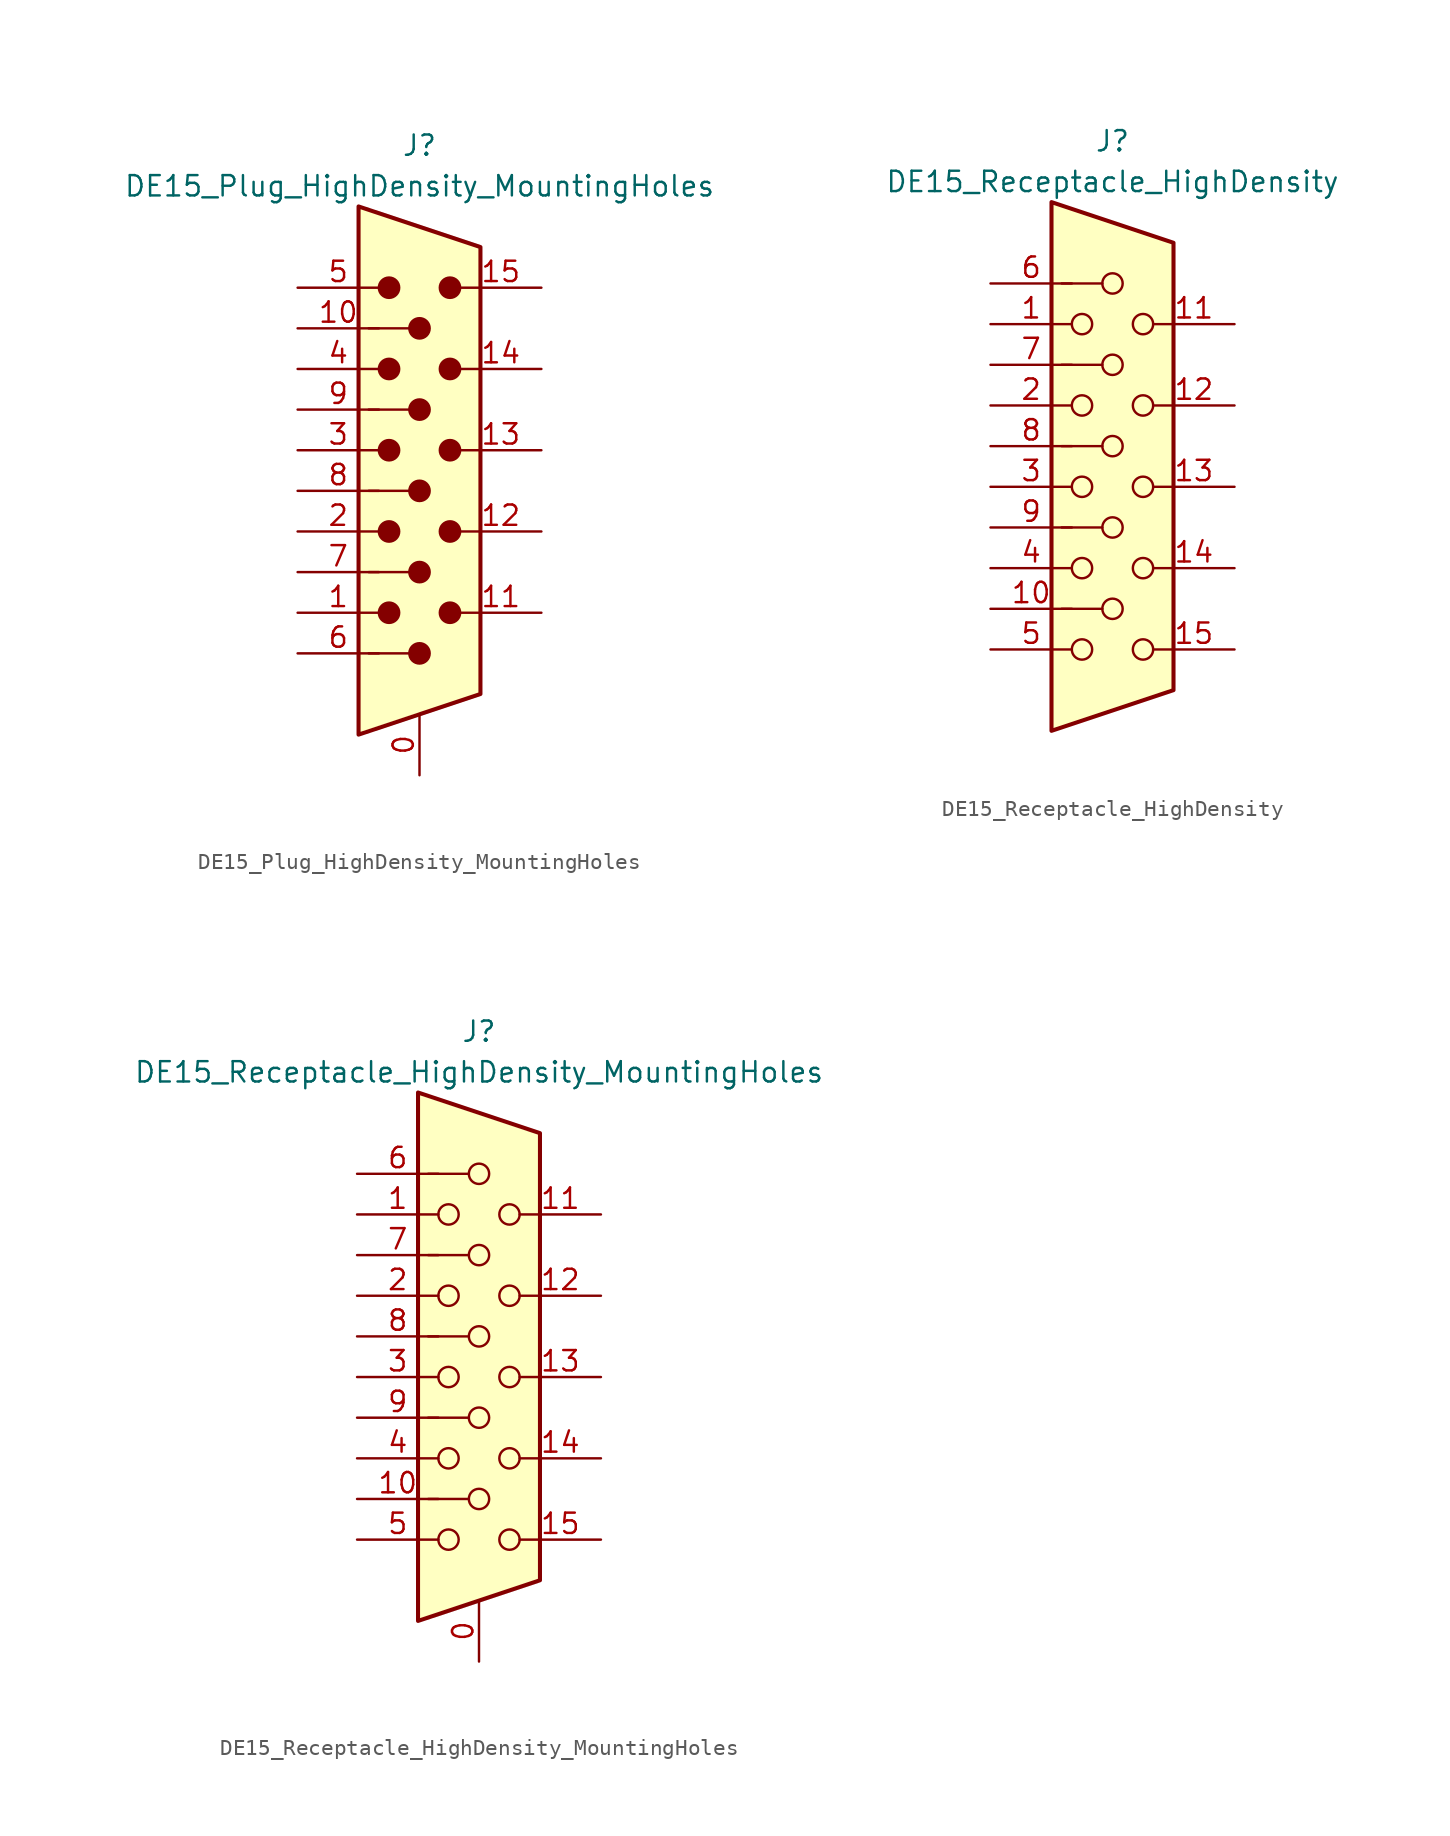
<source format=kicad_sym>
(kicad_symbol_lib
  (version 20241209)
  (generator "kicad_symbol_editor")
  (generator_version "9.0")
  (symbol "DE15_Plug_HighDensity_MountingHoles"
    (pin_names
      (offset 1.016)
      (hide yes))
    (property "Reference" "J"
      (at 0 21.59 0)
      (effects (font (size 1.27 1.27))))
    (property "Value" "DE15_Plug_HighDensity_MountingHoles"
      (at 0 19.05 0)
      (effects (font (size 1.27 1.27))))
    (symbol "DE15_Plug_HighDensity_MountingHoles_0_1"
      (polyline (pts (xy -3.81 17.78) (xy -3.81 -15.24) (xy 3.81 -12.7) (xy 3.81 15.24) (xy -3.81 17.78)) (stroke (width 0.254) (type default)) (fill (type background)))
      (polyline (pts (xy -3.175 -5.08) (xy -0.635 -5.08)) (stroke (width 0) (type default)) (fill (type none)))
      (circle (center -1.905 12.7) (radius 0.635) (stroke (width 0) (type default)) (fill (type outline)))
      (circle (center -1.905 7.62) (radius 0.635) (stroke (width 0) (type default)) (fill (type outline)))
      (circle (center -1.905 2.54) (radius 0.635) (stroke (width 0) (type default)) (fill (type outline)))
      (circle (center -1.905 -2.54) (radius 0.635) (stroke (width 0) (type default)) (fill (type outline)))
      (circle (center -1.905 -7.62) (radius 0.635) (stroke (width 0) (type default)) (fill (type outline)))
      (polyline (pts (xy -0.635 10.16) (xy -3.175 10.16)) (stroke (width 0) (type default)) (fill (type none)))
      (polyline (pts (xy -0.635 5.08) (xy -3.175 5.08)) (stroke (width 0) (type default)) (fill (type none)))
      (polyline (pts (xy -0.635 0) (xy -3.175 0)) (stroke (width 0) (type default)) (fill (type none)))
      (polyline (pts (xy -0.635 -10.16) (xy -3.175 -10.16)) (stroke (width 0) (type default)) (fill (type none)))
      (circle (center 0 10.16) (radius 0.635) (stroke (width 0) (type default)) (fill (type outline)))
      (circle (center 0 5.08) (radius 0.635) (stroke (width 0) (type default)) (fill (type outline)))
      (circle (center 0 0) (radius 0.635) (stroke (width 0) (type default)) (fill (type outline)))
      (circle (center 0 -5.08) (radius 0.635) (stroke (width 0) (type default)) (fill (type outline)))
      (circle (center 0 -10.16) (radius 0.635) (stroke (width 0) (type default)) (fill (type outline)))
      (circle (center 1.905 12.7) (radius 0.635) (stroke (width 0) (type default)) (fill (type outline)))
      (circle (center 1.905 7.62) (radius 0.635) (stroke (width 0) (type default)) (fill (type outline)))
      (circle (center 1.905 2.54) (radius 0.635) (stroke (width 0) (type default)) (fill (type outline)))
      (circle (center 1.905 -2.54) (radius 0.635) (stroke (width 0) (type default)) (fill (type outline)))
      (circle (center 1.905 -7.62) (radius 0.635) (stroke (width 0) (type default)) (fill (type outline))))
    (symbol "DE15_Plug_HighDensity_MountingHoles_1_1"
      (pin passive line (at -7.62 12.7 0) (length 5.08) (name "~" (effects (font (size 1.27 1.27)))) (number "5" (effects (font (size 1.27 1.27)))))
      (pin passive line (at -7.62 10.16 0) (length 5.08) (name "~" (effects (font (size 1.27 1.27)))) (number "10" (effects (font (size 1.27 1.27)))))
      (pin passive line (at -7.62 7.62 0) (length 5.08) (name "~" (effects (font (size 1.27 1.27)))) (number "4" (effects (font (size 1.27 1.27)))))
      (pin passive line (at -7.62 5.08 0) (length 5.08) (name "~" (effects (font (size 1.27 1.27)))) (number "9" (effects (font (size 1.27 1.27)))))
      (pin passive line (at -7.62 2.54 0) (length 5.08) (name "~" (effects (font (size 1.27 1.27)))) (number "3" (effects (font (size 1.27 1.27)))))
      (pin passive line (at -7.62 0 0) (length 5.08) (name "~" (effects (font (size 1.27 1.27)))) (number "8" (effects (font (size 1.27 1.27)))))
      (pin passive line (at -7.62 -2.54 0) (length 5.08) (name "~" (effects (font (size 1.27 1.27)))) (number "2" (effects (font (size 1.27 1.27)))))
      (pin passive line (at -7.62 -5.08 0) (length 5.08) (name "~" (effects (font (size 1.27 1.27)))) (number "7" (effects (font (size 1.27 1.27)))))
      (pin passive line (at -7.62 -7.62 0) (length 5.08) (name "~" (effects (font (size 1.27 1.27)))) (number "1" (effects (font (size 1.27 1.27)))))
      (pin passive line (at -7.62 -10.16 0) (length 5.08) (name "~" (effects (font (size 1.27 1.27)))) (number "6" (effects (font (size 1.27 1.27)))))
      (pin passive line (at 0 -17.78 90) (length 3.81) (name "~" (effects (font (size 1.27 1.27)))) (number "0" (effects (font (size 1.27 1.27)))))
      (pin passive line (at 7.62 12.7 180) (length 5.08) (name "~" (effects (font (size 1.27 1.27)))) (number "15" (effects (font (size 1.27 1.27)))))
      (pin passive line (at 7.62 7.62 180) (length 5.08) (name "~" (effects (font (size 1.27 1.27)))) (number "14" (effects (font (size 1.27 1.27)))))
      (pin passive line (at 7.62 2.54 180) (length 5.08) (name "~" (effects (font (size 1.27 1.27)))) (number "13" (effects (font (size 1.27 1.27)))))
      (pin passive line (at 7.62 -2.54 180) (length 5.08) (name "~" (effects (font (size 1.27 1.27)))) (number "12" (effects (font (size 1.27 1.27)))))
      (pin passive line (at 7.62 -7.62 180) (length 5.08) (name "~" (effects (font (size 1.27 1.27)))) (number "11" (effects (font (size 1.27 1.27)))))))
  (symbol "DE15_Receptacle_HighDensity"
    (pin_names
      (offset 1.016)
      (hide yes))
    (property "Reference" "J"
      (at 0 21.59 0)
      (effects (font (size 1.27 1.27))))
    (property "Value" "DE15_Receptacle_HighDensity"
      (at 0 19.05 0)
      (effects (font (size 1.27 1.27))))
    (symbol "DE15_Receptacle_HighDensity_0_1"
      (polyline (pts (xy -3.81 17.78) (xy -3.81 -15.24) (xy 3.81 -12.7) (xy 3.81 15.24) (xy -3.81 17.78)) (stroke (width 0.254) (type default)) (fill (type background)))
      (polyline (pts (xy -3.175 7.62) (xy -0.635 7.62)) (stroke (width 0) (type default)) (fill (type none)))
      (circle (center -1.905 10.16) (radius 0.635) (stroke (width 0) (type default)) (fill (type none)))
      (circle (center -1.905 5.08) (radius 0.635) (stroke (width 0) (type default)) (fill (type none)))
      (circle (center -1.905 0) (radius 0.635) (stroke (width 0) (type default)) (fill (type none)))
      (circle (center -1.905 -5.08) (radius 0.635) (stroke (width 0) (type default)) (fill (type none)))
      (circle (center -1.905 -10.16) (radius 0.635) (stroke (width 0) (type default)) (fill (type none)))
      (polyline (pts (xy -0.635 12.7) (xy -3.175 12.7)) (stroke (width 0) (type default)) (fill (type none)))
      (polyline (pts (xy -0.635 2.54) (xy -3.175 2.54)) (stroke (width 0) (type default)) (fill (type none)))
      (polyline (pts (xy -0.635 -2.54) (xy -3.175 -2.54)) (stroke (width 0) (type default)) (fill (type none)))
      (polyline (pts (xy -0.635 -7.62) (xy -3.175 -7.62)) (stroke (width 0) (type default)) (fill (type none)))
      (circle (center 0 12.7) (radius 0.635) (stroke (width 0) (type default)) (fill (type none)))
      (circle (center 0 7.62) (radius 0.635) (stroke (width 0) (type default)) (fill (type none)))
      (circle (center 0 2.54) (radius 0.635) (stroke (width 0) (type default)) (fill (type none)))
      (circle (center 0 -2.54) (radius 0.635) (stroke (width 0) (type default)) (fill (type none)))
      (circle (center 0 -7.62) (radius 0.635) (stroke (width 0) (type default)) (fill (type none)))
      (circle (center 1.905 10.16) (radius 0.635) (stroke (width 0) (type default)) (fill (type none)))
      (circle (center 1.905 5.08) (radius 0.635) (stroke (width 0) (type default)) (fill (type none)))
      (circle (center 1.905 0) (radius 0.635) (stroke (width 0) (type default)) (fill (type none)))
      (circle (center 1.905 -5.08) (radius 0.635) (stroke (width 0) (type default)) (fill (type none)))
      (circle (center 1.905 -10.16) (radius 0.635) (stroke (width 0) (type default)) (fill (type none))))
    (symbol "DE15_Receptacle_HighDensity_1_1"
      (pin passive line (at -7.62 12.7 0) (length 5.08) (name "~" (effects (font (size 1.27 1.27)))) (number "6" (effects (font (size 1.27 1.27)))))
      (pin passive line (at -7.62 10.16 0) (length 5.08) (name "~" (effects (font (size 1.27 1.27)))) (number "1" (effects (font (size 1.27 1.27)))))
      (pin passive line (at -7.62 7.62 0) (length 5.08) (name "~" (effects (font (size 1.27 1.27)))) (number "7" (effects (font (size 1.27 1.27)))))
      (pin passive line (at -7.62 5.08 0) (length 5.08) (name "~" (effects (font (size 1.27 1.27)))) (number "2" (effects (font (size 1.27 1.27)))))
      (pin passive line (at -7.62 2.54 0) (length 5.08) (name "~" (effects (font (size 1.27 1.27)))) (number "8" (effects (font (size 1.27 1.27)))))
      (pin passive line (at -7.62 0 0) (length 5.08) (name "~" (effects (font (size 1.27 1.27)))) (number "3" (effects (font (size 1.27 1.27)))))
      (pin passive line (at -7.62 -2.54 0) (length 5.08) (name "~" (effects (font (size 1.27 1.27)))) (number "9" (effects (font (size 1.27 1.27)))))
      (pin passive line (at -7.62 -5.08 0) (length 5.08) (name "~" (effects (font (size 1.27 1.27)))) (number "4" (effects (font (size 1.27 1.27)))))
      (pin passive line (at -7.62 -7.62 0) (length 5.08) (name "~" (effects (font (size 1.27 1.27)))) (number "10" (effects (font (size 1.27 1.27)))))
      (pin passive line (at -7.62 -10.16 0) (length 5.08) (name "~" (effects (font (size 1.27 1.27)))) (number "5" (effects (font (size 1.27 1.27)))))
      (pin passive line (at 7.62 10.16 180) (length 5.08) (name "~" (effects (font (size 1.27 1.27)))) (number "11" (effects (font (size 1.27 1.27)))))
      (pin passive line (at 7.62 5.08 180) (length 5.08) (name "~" (effects (font (size 1.27 1.27)))) (number "12" (effects (font (size 1.27 1.27)))))
      (pin passive line (at 7.62 0 180) (length 5.08) (name "~" (effects (font (size 1.27 1.27)))) (number "13" (effects (font (size 1.27 1.27)))))
      (pin passive line (at 7.62 -5.08 180) (length 5.08) (name "~" (effects (font (size 1.27 1.27)))) (number "14" (effects (font (size 1.27 1.27)))))
      (pin passive line (at 7.62 -10.16 180) (length 5.08) (name "~" (effects (font (size 1.27 1.27)))) (number "15" (effects (font (size 1.27 1.27)))))))
  (symbol "DE15_Receptacle_HighDensity_MountingHoles"
    (pin_names
      (offset 1.016)
      (hide yes))
    (property "Reference" "J"
      (at 0 21.59 0)
      (effects (font (size 1.27 1.27))))
    (property "Value" "DE15_Receptacle_HighDensity_MountingHoles"
      (at 0 19.05 0)
      (effects (font (size 1.27 1.27))))
    (symbol "DE15_Receptacle_HighDensity_MountingHoles_0_1"
      (polyline (pts (xy -3.81 17.78) (xy -3.81 -15.24) (xy 3.81 -12.7) (xy 3.81 15.24) (xy -3.81 17.78)) (stroke (width 0.254) (type default)) (fill (type background)))
      (polyline (pts (xy -3.175 7.62) (xy -0.635 7.62)) (stroke (width 0) (type default)) (fill (type none)))
      (circle (center -1.905 10.16) (radius 0.635) (stroke (width 0) (type default)) (fill (type none)))
      (circle (center -1.905 5.08) (radius 0.635) (stroke (width 0) (type default)) (fill (type none)))
      (circle (center -1.905 0) (radius 0.635) (stroke (width 0) (type default)) (fill (type none)))
      (circle (center -1.905 -5.08) (radius 0.635) (stroke (width 0) (type default)) (fill (type none)))
      (circle (center -1.905 -10.16) (radius 0.635) (stroke (width 0) (type default)) (fill (type none)))
      (polyline (pts (xy -0.635 12.7) (xy -3.175 12.7)) (stroke (width 0) (type default)) (fill (type none)))
      (polyline (pts (xy -0.635 2.54) (xy -3.175 2.54)) (stroke (width 0) (type default)) (fill (type none)))
      (polyline (pts (xy -0.635 -2.54) (xy -3.175 -2.54)) (stroke (width 0) (type default)) (fill (type none)))
      (polyline (pts (xy -0.635 -7.62) (xy -3.175 -7.62)) (stroke (width 0) (type default)) (fill (type none)))
      (circle (center 0 12.7) (radius 0.635) (stroke (width 0) (type default)) (fill (type none)))
      (circle (center 0 7.62) (radius 0.635) (stroke (width 0) (type default)) (fill (type none)))
      (circle (center 0 2.54) (radius 0.635) (stroke (width 0) (type default)) (fill (type none)))
      (circle (center 0 -2.54) (radius 0.635) (stroke (width 0) (type default)) (fill (type none)))
      (circle (center 0 -7.62) (radius 0.635) (stroke (width 0) (type default)) (fill (type none)))
      (circle (center 1.905 10.16) (radius 0.635) (stroke (width 0) (type default)) (fill (type none)))
      (circle (center 1.905 5.08) (radius 0.635) (stroke (width 0) (type default)) (fill (type none)))
      (circle (center 1.905 0) (radius 0.635) (stroke (width 0) (type default)) (fill (type none)))
      (circle (center 1.905 -5.08) (radius 0.635) (stroke (width 0) (type default)) (fill (type none)))
      (circle (center 1.905 -10.16) (radius 0.635) (stroke (width 0) (type default)) (fill (type none))))
    (symbol "DE15_Receptacle_HighDensity_MountingHoles_1_1"
      (pin passive line (at -7.62 12.7 0) (length 5.08) (name "~" (effects (font (size 1.27 1.27)))) (number "6" (effects (font (size 1.27 1.27)))))
      (pin passive line (at -7.62 10.16 0) (length 5.08) (name "~" (effects (font (size 1.27 1.27)))) (number "1" (effects (font (size 1.27 1.27)))))
      (pin passive line (at -7.62 7.62 0) (length 5.08) (name "~" (effects (font (size 1.27 1.27)))) (number "7" (effects (font (size 1.27 1.27)))))
      (pin passive line (at -7.62 5.08 0) (length 5.08) (name "~" (effects (font (size 1.27 1.27)))) (number "2" (effects (font (size 1.27 1.27)))))
      (pin passive line (at -7.62 2.54 0) (length 5.08) (name "~" (effects (font (size 1.27 1.27)))) (number "8" (effects (font (size 1.27 1.27)))))
      (pin passive line (at -7.62 0 0) (length 5.08) (name "~" (effects (font (size 1.27 1.27)))) (number "3" (effects (font (size 1.27 1.27)))))
      (pin passive line (at -7.62 -2.54 0) (length 5.08) (name "~" (effects (font (size 1.27 1.27)))) (number "9" (effects (font (size 1.27 1.27)))))
      (pin passive line (at -7.62 -5.08 0) (length 5.08) (name "~" (effects (font (size 1.27 1.27)))) (number "4" (effects (font (size 1.27 1.27)))))
      (pin passive line (at -7.62 -7.62 0) (length 5.08) (name "~" (effects (font (size 1.27 1.27)))) (number "10" (effects (font (size 1.27 1.27)))))
      (pin passive line (at -7.62 -10.16 0) (length 5.08) (name "~" (effects (font (size 1.27 1.27)))) (number "5" (effects (font (size 1.27 1.27)))))
      (pin passive line (at 0 -17.78 90) (length 3.81) (name "~" (effects (font (size 1.27 1.27)))) (number "0" (effects (font (size 1.27 1.27)))))
      (pin passive line (at 7.62 10.16 180) (length 5.08) (name "~" (effects (font (size 1.27 1.27)))) (number "11" (effects (font (size 1.27 1.27)))))
      (pin passive line (at 7.62 5.08 180) (length 5.08) (name "~" (effects (font (size 1.27 1.27)))) (number "12" (effects (font (size 1.27 1.27)))))
      (pin passive line (at 7.62 0 180) (length 5.08) (name "~" (effects (font (size 1.27 1.27)))) (number "13" (effects (font (size 1.27 1.27)))))
      (pin passive line (at 7.62 -5.08 180) (length 5.08) (name "~" (effects (font (size 1.27 1.27)))) (number "14" (effects (font (size 1.27 1.27)))))
      (pin passive line (at 7.62 -10.16 180) (length 5.08) (name "~" (effects (font (size 1.27 1.27)))) (number "15" (effects (font (size 1.27 1.27))))))))
</source>
